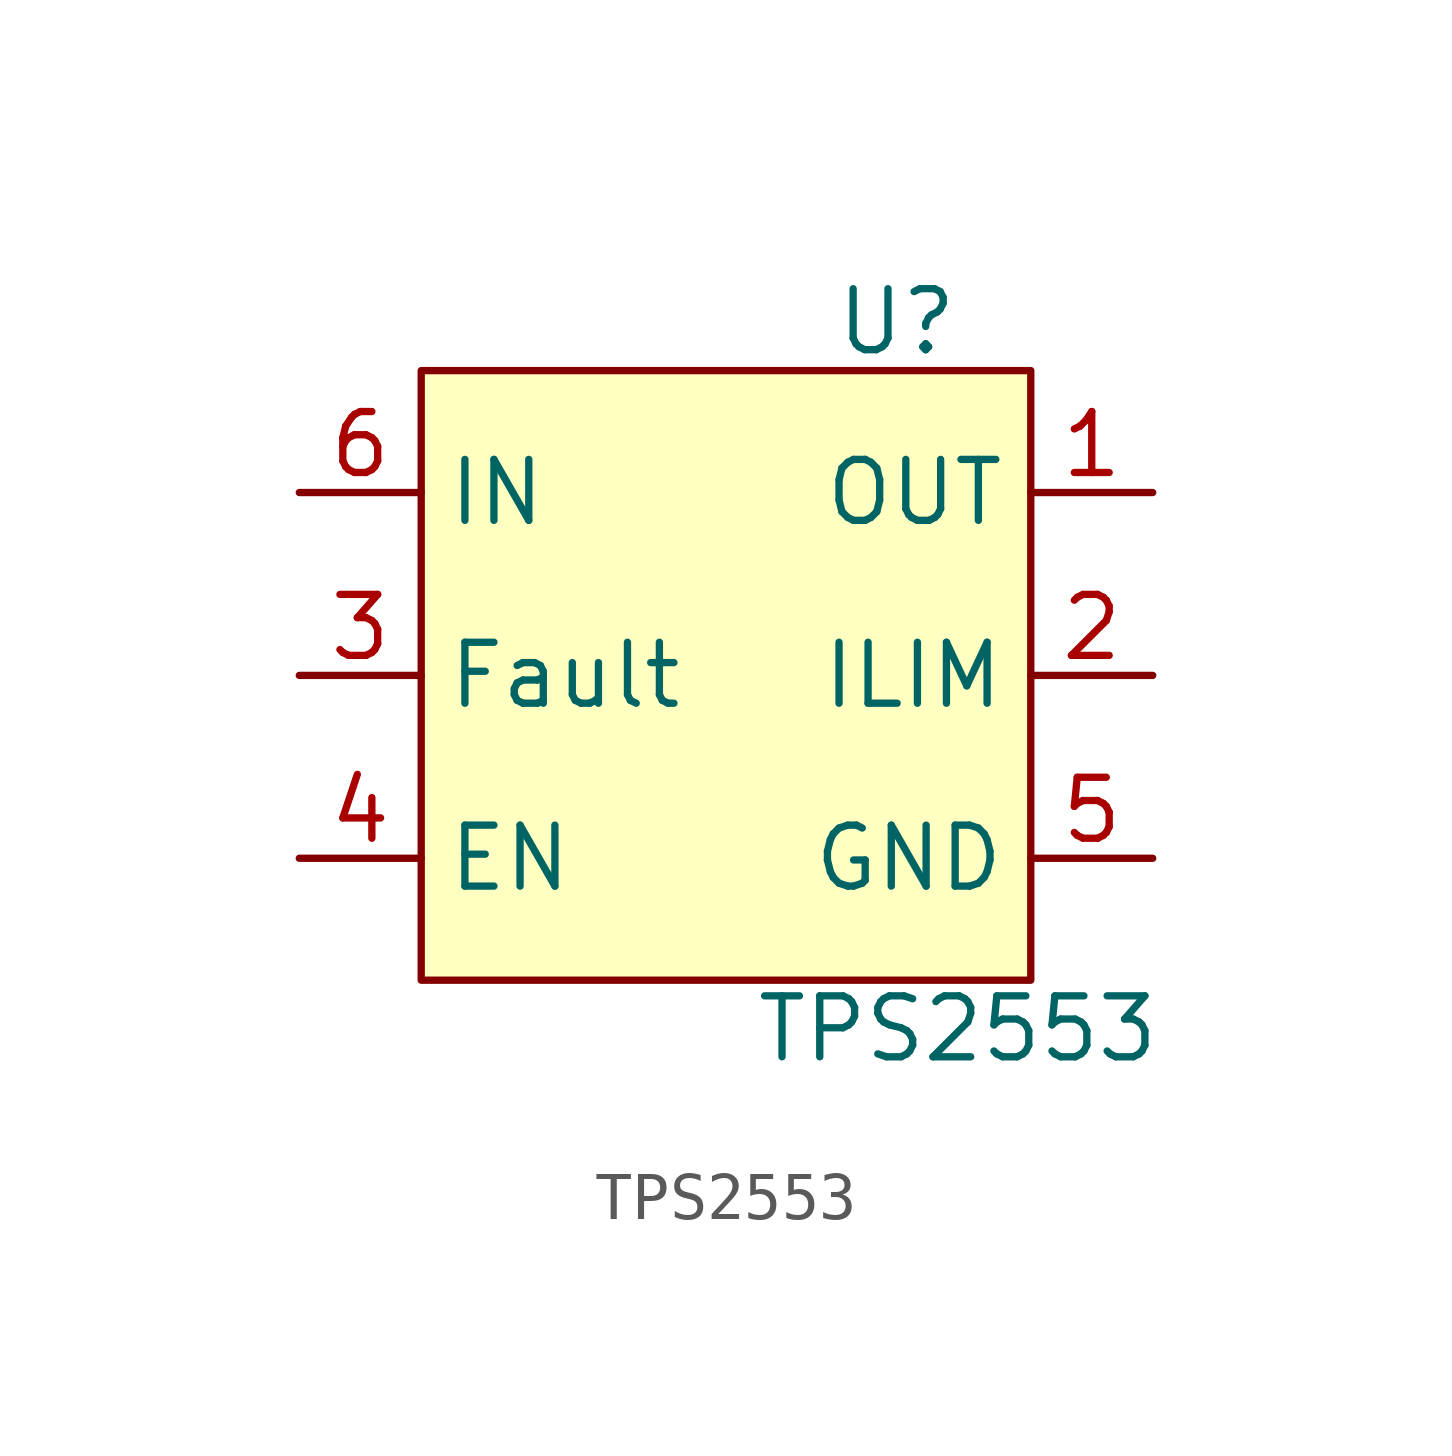
<source format=kicad_sym>
(kicad_symbol_lib
  (version 20231120)
  (generator "kicad_symbol_editor")
  (generator_version "8.0")
  (symbol "TPS2553"
    (property "Reference" "U"
      (at 3.556 7.366 0)
      (effects (font (size 1.27 1.27))))
    (property "Value" "TPS2553"
      (at 4.826 -7.366 0)
      (effects (font (size 1.27 1.27))))
    (symbol "TPS2553_1_1"
      (rectangle (start -6.35 6.35) (end 6.35 -6.35) (stroke (width 0) (type default)) (fill (type background)))
      (pin output line (at 8.89 3.81 180) (length 2.54) (name "OUT" (effects (font (size 1.27 1.27)))) (number "1" (effects (font (size 1.27 1.27)))))
      (pin output line (at 8.89 0 180) (length 2.54) (name "ILIM" (effects (font (size 1.27 1.27)))) (number "2" (effects (font (size 1.27 1.27)))))
      (pin input line (at -8.89 0 0) (length 2.54) (name "Fault" (effects (font (size 1.27 1.27)))) (number "3" (effects (font (size 1.27 1.27)))))
      (pin input line (at -8.89 -3.81 0) (length 2.54) (name "EN" (effects (font (size 1.27 1.27)))) (number "4" (effects (font (size 1.27 1.27)))))
      (pin output line (at 8.89 -3.81 180) (length 2.54) (name "GND" (effects (font (size 1.27 1.27)))) (number "5" (effects (font (size 1.27 1.27)))))
      (pin input line (at -8.89 3.81 0) (length 2.54) (name "IN" (effects (font (size 1.27 1.27)))) (number "6" (effects (font (size 1.27 1.27)))))
      (pin output line (at 8.89 -3.81 180) (length 2.54) hide (name "GND" (effects (font (size 1.27 1.27)))) (number "7" (effects (font (size 1.27 1.27))))))))
</source>
